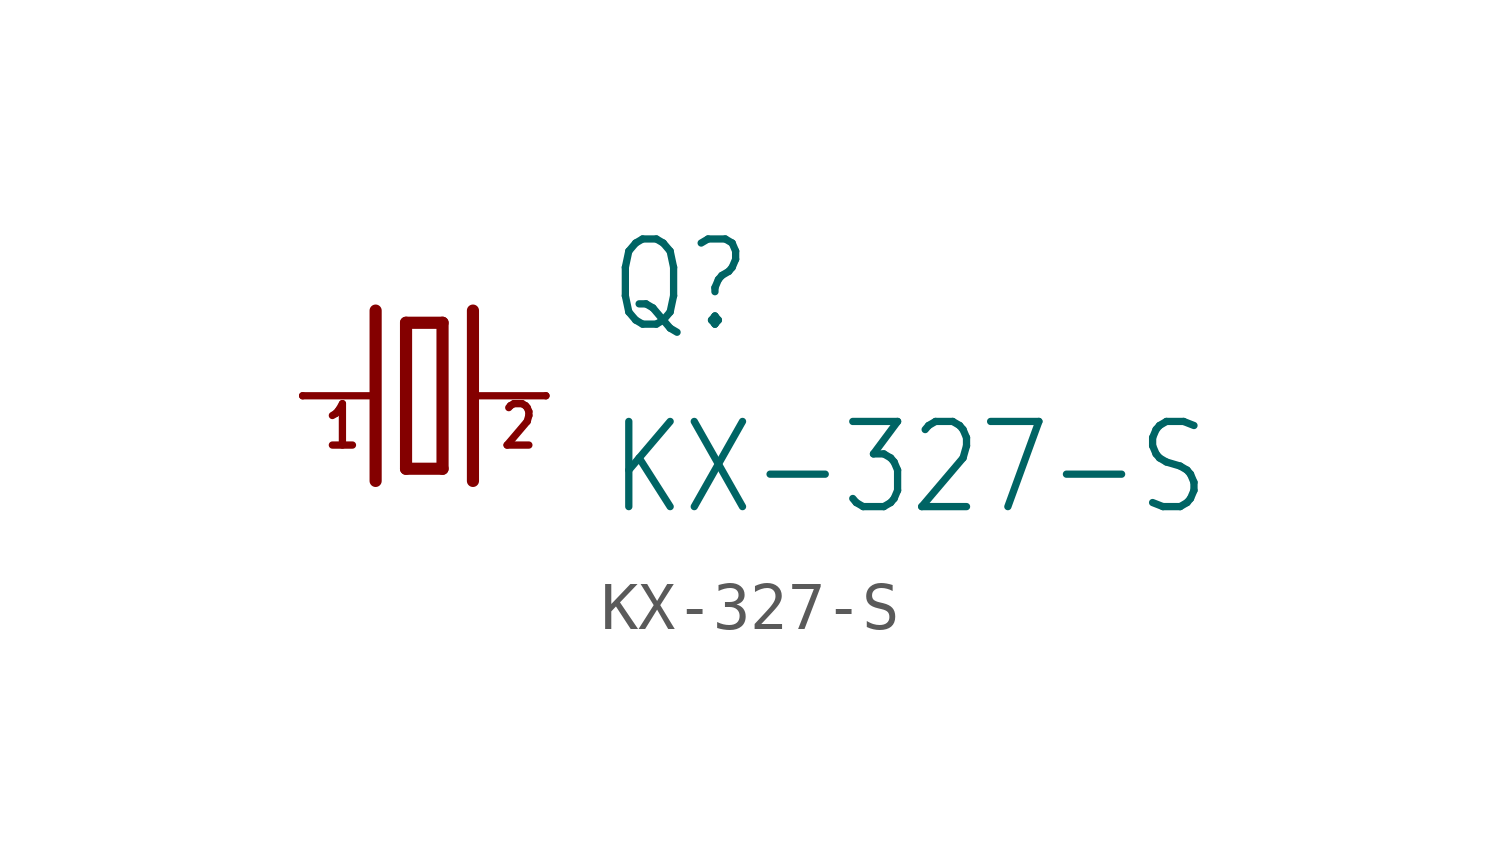
<source format=kicad_sym>
(kicad_symbol_lib
  (version 20211014)
  (generator kicad_symbol_editor)
  (symbol "KX-327-S"
    (property "Reference" "Q"
      (at 3.81 1.27 0)
      (effects (font (size 1.778 1.511)) (justify left bottom)))
    (property "Value" "KX-327-S"
      (at 3.81 -2.54 0)
      (effects (font (size 1.778 1.511)) (justify left bottom)))
    (property "ki_locked" ""
      (at 0 0 0)
      (effects (font (size 1.27 1.27))))
    (symbol "KX-327-S_1_0"
      (polyline (pts (xy -2.54 0) (xy -1.016 0)) (stroke (width 0.152) (type default) (color 0 0 0 0)) (fill (type none)))
      (polyline (pts (xy -1.016 1.778) (xy -1.016 -1.778)) (stroke (width 0.254) (type default) (color 0 0 0 0)) (fill (type none)))
      (polyline (pts (xy -0.381 -1.524) (xy 0.381 -1.524)) (stroke (width 0.254) (type default) (color 0 0 0 0)) (fill (type none)))
      (polyline (pts (xy -0.381 1.524) (xy -0.381 -1.524)) (stroke (width 0.254) (type default) (color 0 0 0 0)) (fill (type none)))
      (polyline (pts (xy 0.381 -1.524) (xy 0.381 1.524)) (stroke (width 0.254) (type default) (color 0 0 0 0)) (fill (type none)))
      (polyline (pts (xy 0.381 1.524) (xy -0.381 1.524)) (stroke (width 0.254) (type default) (color 0 0 0 0)) (fill (type none)))
      (polyline (pts (xy 1.016 0) (xy 2.54 0)) (stroke (width 0.152) (type default) (color 0 0 0 0)) (fill (type none)))
      (polyline (pts (xy 1.016 1.778) (xy 1.016 -1.778)) (stroke (width 0.254) (type default) (color 0 0 0 0)) (fill (type none)))
      (text "1" (at -2.159 -1.143 0) (effects (font (size 0.864 0.734)) (justify left bottom)))
      (text "2" (at 1.524 -1.143 0) (effects (font (size 0.864 0.734)) (justify left bottom)))
      (pin passive line (at -2.54 0 0) (length 0) (name "1" (effects (font (size 0 0)))) (number "1" (effects (font (size 0 0)))))
      (pin passive line (at 2.54 0 180) (length 0) (name "2" (effects (font (size 0 0)))) (number "4" (effects (font (size 0 0))))))))
</source>
